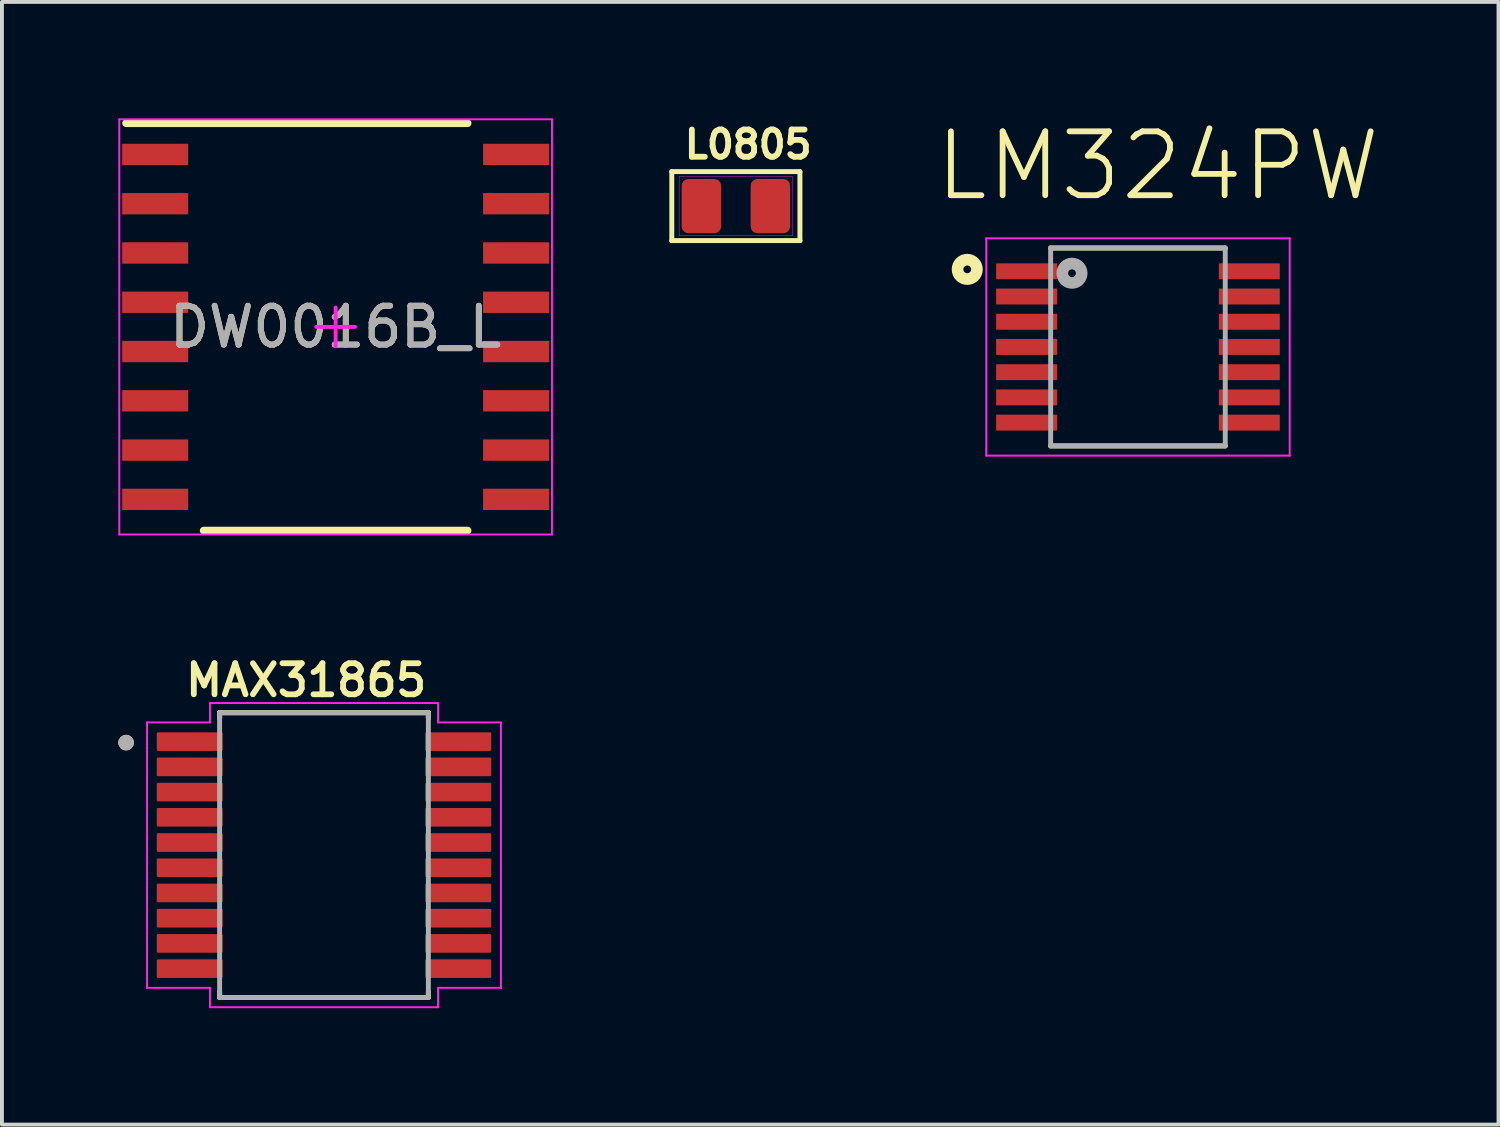
<source format=kicad_pcb>
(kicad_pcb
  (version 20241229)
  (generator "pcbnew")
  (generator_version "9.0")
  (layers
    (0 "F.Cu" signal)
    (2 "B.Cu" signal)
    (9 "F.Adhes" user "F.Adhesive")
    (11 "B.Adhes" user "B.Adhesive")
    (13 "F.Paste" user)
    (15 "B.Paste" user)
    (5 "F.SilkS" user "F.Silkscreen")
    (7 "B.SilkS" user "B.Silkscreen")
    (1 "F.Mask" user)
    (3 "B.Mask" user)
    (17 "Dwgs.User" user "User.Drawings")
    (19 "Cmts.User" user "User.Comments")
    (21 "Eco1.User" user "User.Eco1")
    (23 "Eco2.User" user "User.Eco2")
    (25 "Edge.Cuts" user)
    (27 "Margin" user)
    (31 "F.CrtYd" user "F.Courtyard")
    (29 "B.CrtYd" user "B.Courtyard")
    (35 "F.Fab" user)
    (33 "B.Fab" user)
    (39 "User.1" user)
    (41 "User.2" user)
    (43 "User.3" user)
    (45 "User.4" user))
  (footprint "MAX31865"
    (layer "F.Cu")
    (at 5.3 18.989)
    (property "Reference" "MAX31865" (at -0.46 -4.508 0) (layer "F.SilkS") (effects (font (size 0.8 0.8) (thickness 0.15))))
    (attr through_hole)
    (fp_line (start -2.69 -3.67) (end 2.69 -3.67) (stroke (width 0.127) (type solid)) (layer "F.SilkS"))
    (fp_line (start -2.69 -3.52) (end -2.69 -3.67) (stroke (width 0.127) (type solid)) (layer "F.SilkS"))
    (fp_line (start -2.69 3.67) (end -2.69 3.52) (stroke (width 0.127) (type solid)) (layer "F.SilkS"))
    (fp_line (start 2.69 -3.67) (end 2.69 -3.52) (stroke (width 0.127) (type solid)) (layer "F.SilkS"))
    (fp_line (start 2.69 3.52) (end 2.69 3.67) (stroke (width 0.127) (type solid)) (layer "F.SilkS"))
    (fp_line (start 2.69 3.67) (end -2.69 3.67) (stroke (width 0.127) (type solid)) (layer "F.SilkS"))
    (fp_circle (center -5.1 -2.9) (end -5 -2.9) (stroke (width 0.2) (type solid)) (fill no) (layer "F.SilkS"))
    (fp_line (start -4.56 -3.42) (end -2.94 -3.42) (stroke (width 0.05) (type solid)) (layer "F.CrtYd"))
    (fp_line (start -4.56 3.42) (end -4.56 -3.42) (stroke (width 0.05) (type solid)) (layer "F.CrtYd"))
    (fp_line (start -2.94 -3.92) (end 2.94 -3.92) (stroke (width 0.05) (type solid)) (layer "F.CrtYd"))
    (fp_line (start -2.94 -3.42) (end -2.94 -3.92) (stroke (width 0.05) (type solid)) (layer "F.CrtYd"))
    (fp_line (start -2.94 3.42) (end -4.56 3.42) (stroke (width 0.05) (type solid)) (layer "F.CrtYd"))
    (fp_line (start -2.94 3.92) (end -2.94 3.42) (stroke (width 0.05) (type solid)) (layer "F.CrtYd"))
    (fp_line (start 2.94 -3.92) (end 2.94 -3.42) (stroke (width 0.05) (type solid)) (layer "F.CrtYd"))
    (fp_line (start 2.94 -3.42) (end 4.56 -3.42) (stroke (width 0.05) (type solid)) (layer "F.CrtYd"))
    (fp_line (start 2.94 3.42) (end 2.94 3.92) (stroke (width 0.05) (type solid)) (layer "F.CrtYd"))
    (fp_line (start 2.94 3.92) (end -2.94 3.92) (stroke (width 0.05) (type solid)) (layer "F.CrtYd"))
    (fp_line (start 4.56 -3.42) (end 4.56 3.42) (stroke (width 0.05) (type solid)) (layer "F.CrtYd"))
    (fp_line (start 4.56 3.42) (end 2.94 3.42) (stroke (width 0.05) (type solid)) (layer "F.CrtYd"))
    (fp_line (start -2.69 -3.67) (end 2.69 -3.67) (stroke (width 0.127) (type solid)) (layer "F.Fab"))
    (fp_line (start -2.69 3.67) (end -2.69 -3.67) (stroke (width 0.127) (type solid)) (layer "F.Fab"))
    (fp_line (start 2.69 -3.67) (end 2.69 3.67) (stroke (width 0.127) (type solid)) (layer "F.Fab"))
    (fp_line (start 2.69 3.67) (end -2.69 3.67) (stroke (width 0.127) (type solid)) (layer "F.Fab"))
    (fp_circle (center -5.1 -2.9) (end -5 -2.9) (stroke (width 0.2) (type solid)) (fill no) (layer "F.Fab"))
    (pad "1" smd roundrect (at -3.46 -2.925) (size 1.7 0.48) (layers "F.Cu" "F.Mask" "F.Paste") (roundrect_rratio 0.06))
    (pad "2" smd roundrect (at -3.46 -2.275) (size 1.7 0.48) (layers "F.Cu" "F.Mask" "F.Paste") (roundrect_rratio 0.06))
    (pad "3" smd roundrect (at -3.46 -1.625) (size 1.7 0.48) (layers "F.Cu" "F.Mask" "F.Paste") (roundrect_rratio 0.06))
    (pad "4" smd roundrect (at -3.46 -0.975) (size 1.7 0.48) (layers "F.Cu" "F.Mask" "F.Paste") (roundrect_rratio 0.06))
    (pad "5" smd roundrect (at -3.46 -0.325) (size 1.7 0.48) (layers "F.Cu" "F.Mask" "F.Paste") (roundrect_rratio 0.06))
    (pad "6" smd roundrect (at -3.46 0.325) (size 1.7 0.48) (layers "F.Cu" "F.Mask" "F.Paste") (roundrect_rratio 0.06))
    (pad "7" smd roundrect (at -3.46 0.975) (size 1.7 0.48) (layers "F.Cu" "F.Mask" "F.Paste") (roundrect_rratio 0.06))
    (pad "8" smd roundrect (at -3.46 1.625) (size 1.7 0.48) (layers "F.Cu" "F.Mask" "F.Paste") (roundrect_rratio 0.06))
    (pad "9" smd roundrect (at -3.46 2.275) (size 1.7 0.48) (layers "F.Cu" "F.Mask" "F.Paste") (roundrect_rratio 0.06))
    (pad "10" smd roundrect (at -3.46 2.925) (size 1.7 0.48) (layers "F.Cu" "F.Mask" "F.Paste") (roundrect_rratio 0.06))
    (pad "11" smd roundrect (at 3.46 2.925) (size 1.7 0.48) (layers "F.Cu" "F.Mask" "F.Paste") (roundrect_rratio 0.06))
    (pad "12" smd roundrect (at 3.46 2.275) (size 1.7 0.48) (layers "F.Cu" "F.Mask" "F.Paste") (roundrect_rratio 0.06))
    (pad "13" smd roundrect (at 3.46 1.625) (size 1.7 0.48) (layers "F.Cu" "F.Mask" "F.Paste") (roundrect_rratio 0.06))
    (pad "14" smd roundrect (at 3.46 0.975) (size 1.7 0.48) (layers "F.Cu" "F.Mask" "F.Paste") (roundrect_rratio 0.06))
    (pad "15" smd roundrect (at 3.46 0.325) (size 1.7 0.48) (layers "F.Cu" "F.Mask" "F.Paste") (roundrect_rratio 0.06))
    (pad "16" smd roundrect (at 3.46 -0.325) (size 1.7 0.48) (layers "F.Cu" "F.Mask" "F.Paste") (roundrect_rratio 0.06))
    (pad "17" smd roundrect (at 3.46 -0.975) (size 1.7 0.48) (layers "F.Cu" "F.Mask" "F.Paste") (roundrect_rratio 0.06))
    (pad "18" smd roundrect (at 3.46 -1.625) (size 1.7 0.48) (layers "F.Cu" "F.Mask" "F.Paste") (roundrect_rratio 0.06))
    (pad "19" smd roundrect (at 3.46 -2.275) (size 1.7 0.48) (layers "F.Cu" "F.Mask" "F.Paste") (roundrect_rratio 0.06))
    (pad "20" smd roundrect (at 3.46 -2.925) (size 1.7 0.48) (layers "F.Cu" "F.Mask" "F.Paste") (roundrect_rratio 0.06)))
  (footprint "DW0016B_L"
    (layer "F.Cu")
    (at 5.6 5.375)
    (property "Reference" "DW0016B_L" (at 0 0 0) (unlocked yes) (layer "F.SilkS") (effects (font (size 1 1) (thickness 0.15))))
    (attr smd)
    (fp_line (start -5.4 -5.25) (end 3.4 -5.25) (stroke (width 0.2) (type solid)) (layer "F.SilkS"))
    (fp_line (start -3.4 5.25) (end 3.4 5.25) (stroke (width 0.2) (type solid)) (layer "F.SilkS"))
    (fp_line (start -5.575 -5.35) (end 5.575 -5.35) (stroke (width 0.05) (type solid)) (layer "F.CrtYd"))
    (fp_line (start -5.575 5.35) (end -5.575 -5.35) (stroke (width 0.05) (type solid)) (layer "F.CrtYd"))
    (fp_line (start -5.575 5.35) (end 5.575 5.35) (stroke (width 0.05) (type solid)) (layer "F.CrtYd"))
    (fp_line (start -0.5 0) (end 0.5 0) (stroke (width 0.1) (type solid)) (layer "F.CrtYd"))
    (fp_line (start 0 0.5) (end 0 -0.5) (stroke (width 0.1) (type solid)) (layer "F.CrtYd"))
    (fp_line (start 5.575 5.35) (end 5.575 -5.35) (stroke (width 0.05) (type solid)) (layer "F.CrtYd"))
    (fp_text user "${REFERENCE}" (at 0 0 0) (unlocked yes) (layer "F.Fab") (effects (font (size 1 1) (thickness 0.15))))
    (pad "1" smd rect (at -4.65 -4.445 90) (size 0.55 1.7) (layers "F.Cu" "F.Mask" "F.Paste"))
    (pad "2" smd rect (at -4.65 -3.175 90) (size 0.55 1.7) (layers "F.Cu" "F.Mask" "F.Paste"))
    (pad "3" smd rect (at -4.65 -1.905 90) (size 0.55 1.7) (layers "F.Cu" "F.Mask" "F.Paste"))
    (pad "4" smd rect (at -4.65 -0.635 90) (size 0.55 1.7) (layers "F.Cu" "F.Mask" "F.Paste"))
    (pad "5" smd rect (at -4.65 0.635 90) (size 0.55 1.7) (layers "F.Cu" "F.Mask" "F.Paste"))
    (pad "6" smd rect (at -4.65 1.905 90) (size 0.55 1.7) (layers "F.Cu" "F.Mask" "F.Paste"))
    (pad "7" smd rect (at -4.65 3.175 90) (size 0.55 1.7) (layers "F.Cu" "F.Mask" "F.Paste"))
    (pad "8" smd rect (at -4.65 4.445 90) (size 0.55 1.7) (layers "F.Cu" "F.Mask" "F.Paste"))
    (pad "9" smd rect (at 4.65 4.445 90) (size 0.55 1.7) (layers "F.Cu" "F.Mask" "F.Paste"))
    (pad "10" smd rect (at 4.65 3.175 90) (size 0.55 1.7) (layers "F.Cu" "F.Mask" "F.Paste"))
    (pad "11" smd rect (at 4.65 1.905 90) (size 0.55 1.7) (layers "F.Cu" "F.Mask" "F.Paste"))
    (pad "12" smd rect (at 4.65 0.635 90) (size 0.55 1.7) (layers "F.Cu" "F.Mask" "F.Paste"))
    (pad "13" smd rect (at 4.65 -0.635 90) (size 0.55 1.7) (layers "F.Cu" "F.Mask" "F.Paste"))
    (pad "14" smd rect (at 4.65 -1.905 90) (size 0.55 1.7) (layers "F.Cu" "F.Mask" "F.Paste"))
    (pad "15" smd rect (at 4.65 -3.175 90) (size 0.55 1.7) (layers "F.Cu" "F.Mask" "F.Paste"))
    (pad "16" smd rect (at 4.65 -4.445 90) (size 0.55 1.7) (layers "F.Cu" "F.Mask" "F.Paste")))
  (footprint "L0805"
    (layer "F.Cu")
    (at 15.915 2.262)
    (property "Reference" "L0805" (at 0.318 -1.589 0) (layer "F.SilkS") (effects (font (size 0.701 0.701) (thickness 0.15))))
    (attr smd)
    (fp_line (start -1.651 -0.889) (end 1.651 -0.889) (stroke (width 0.127) (type solid)) (layer "F.SilkS"))
    (fp_line (start -1.651 0.889) (end -1.651 -0.889) (stroke (width 0.127) (type solid)) (layer "F.SilkS"))
    (fp_line (start 1.651 -0.889) (end 1.651 0.889) (stroke (width 0.127) (type solid)) (layer "F.SilkS"))
    (fp_line (start 1.651 0.889) (end -1.651 0.889) (stroke (width 0.127) (type solid)) (layer "F.SilkS"))
    (fp_poly (pts (xy -1.462 -0.762) (xy 1.46 -0.762) (xy 1.46 0.763) (xy -1.462 0.763)) (stroke (width 0.01) (type solid)) (fill no) (layer "F.CrtYd"))
    (pad "1" smd roundrect (at -0.889 0) (size 1.016 1.397) (layers "F.Cu" "F.Mask" "F.Paste") (roundrect_rratio 0.17))
    (pad "2" smd roundrect (at 0.889 0) (size 1.016 1.397) (layers "F.Cu" "F.Mask" "F.Paste") (roundrect_rratio 0.17)))
  (footprint "LM324PW"
    (layer "F.Cu")
    (at 26.278 5.892)
    (property "Reference" "LM324PW" (at 0.51 -4.665 0) (layer "F.SilkS") (effects (font (size 1.646 1.646) (thickness 0.15))))
    (attr smd)
    (fp_line (start -2.25 -2.55) (end 2.25 -2.55) (stroke (width 0.127) (type solid)) (layer "F.SilkS"))
    (fp_line (start 2.25 2.55) (end -2.25 2.55) (stroke (width 0.127) (type solid)) (layer "F.SilkS"))
    (fp_circle (center -4.4 -2) (end -4.3 -2) (stroke (width 0.3) (type solid)) (fill no) (layer "F.SilkS"))
    (fp_line (start -3.91 -2.8) (end -3.91 2.8) (stroke (width 0.05) (type solid)) (layer "F.CrtYd"))
    (fp_line (start -3.91 -2.8) (end 3.91 -2.8) (stroke (width 0.05) (type solid)) (layer "F.CrtYd"))
    (fp_line (start 3.91 -2.8) (end 3.91 2.8) (stroke (width 0.05) (type solid)) (layer "F.CrtYd"))
    (fp_line (start 3.91 2.8) (end -3.91 2.8) (stroke (width 0.05) (type solid)) (layer "F.CrtYd"))
    (fp_line (start -2.25 -2.55) (end 2.25 -2.55) (stroke (width 0.127) (type solid)) (layer "F.Fab"))
    (fp_line (start -2.25 2.55) (end -2.25 -2.55) (stroke (width 0.127) (type solid)) (layer "F.Fab"))
    (fp_line (start 2.25 -2.55) (end 2.25 2.55) (stroke (width 0.127) (type solid)) (layer "F.Fab"))
    (fp_line (start 2.25 2.55) (end -2.25 2.55) (stroke (width 0.127) (type solid)) (layer "F.Fab"))
    (fp_circle (center -1.7 -1.9) (end -1.6 -1.9) (stroke (width 0.3) (type solid)) (fill no) (layer "F.Fab"))
    (pad "1" smd rect (at -2.87 -1.95) (size 1.57 0.41) (layers "F.Cu" "F.Mask" "F.Paste"))
    (pad "2" smd rect (at -2.87 -1.3) (size 1.57 0.41) (layers "F.Cu" "F.Mask" "F.Paste"))
    (pad "3" smd rect (at -2.87 -0.65) (size 1.57 0.41) (layers "F.Cu" "F.Mask" "F.Paste"))
    (pad "4" smd rect (at -2.87 0) (size 1.57 0.41) (layers "F.Cu" "F.Mask" "F.Paste"))
    (pad "5" smd rect (at -2.87 0.65) (size 1.57 0.41) (layers "F.Cu" "F.Mask" "F.Paste"))
    (pad "6" smd rect (at -2.87 1.3) (size 1.57 0.41) (layers "F.Cu" "F.Mask" "F.Paste"))
    (pad "7" smd rect (at -2.87 1.95) (size 1.57 0.41) (layers "F.Cu" "F.Mask" "F.Paste"))
    (pad "8" smd rect (at 2.87 1.95) (size 1.57 0.41) (layers "F.Cu" "F.Mask" "F.Paste"))
    (pad "9" smd rect (at 2.87 1.3) (size 1.57 0.41) (layers "F.Cu" "F.Mask" "F.Paste"))
    (pad "10" smd rect (at 2.87 0.65) (size 1.57 0.41) (layers "F.Cu" "F.Mask" "F.Paste"))
    (pad "11" smd rect (at 2.87 0) (size 1.57 0.41) (layers "F.Cu" "F.Mask" "F.Paste"))
    (pad "12" smd rect (at 2.87 -0.65) (size 1.57 0.41) (layers "F.Cu" "F.Mask" "F.Paste"))
    (pad "13" smd rect (at 2.87 -1.3) (size 1.57 0.41) (layers "F.Cu" "F.Mask" "F.Paste"))
    (pad "14" smd rect (at 2.87 -1.95) (size 1.57 0.41) (layers "F.Cu" "F.Mask" "F.Paste")))
  (gr_rect
    (start -3 -3)
    (end 35.57 25.934)
    (stroke (width 0.1) (type default))
    (fill no)
    (layer "Edge.Cuts")))
</source>
